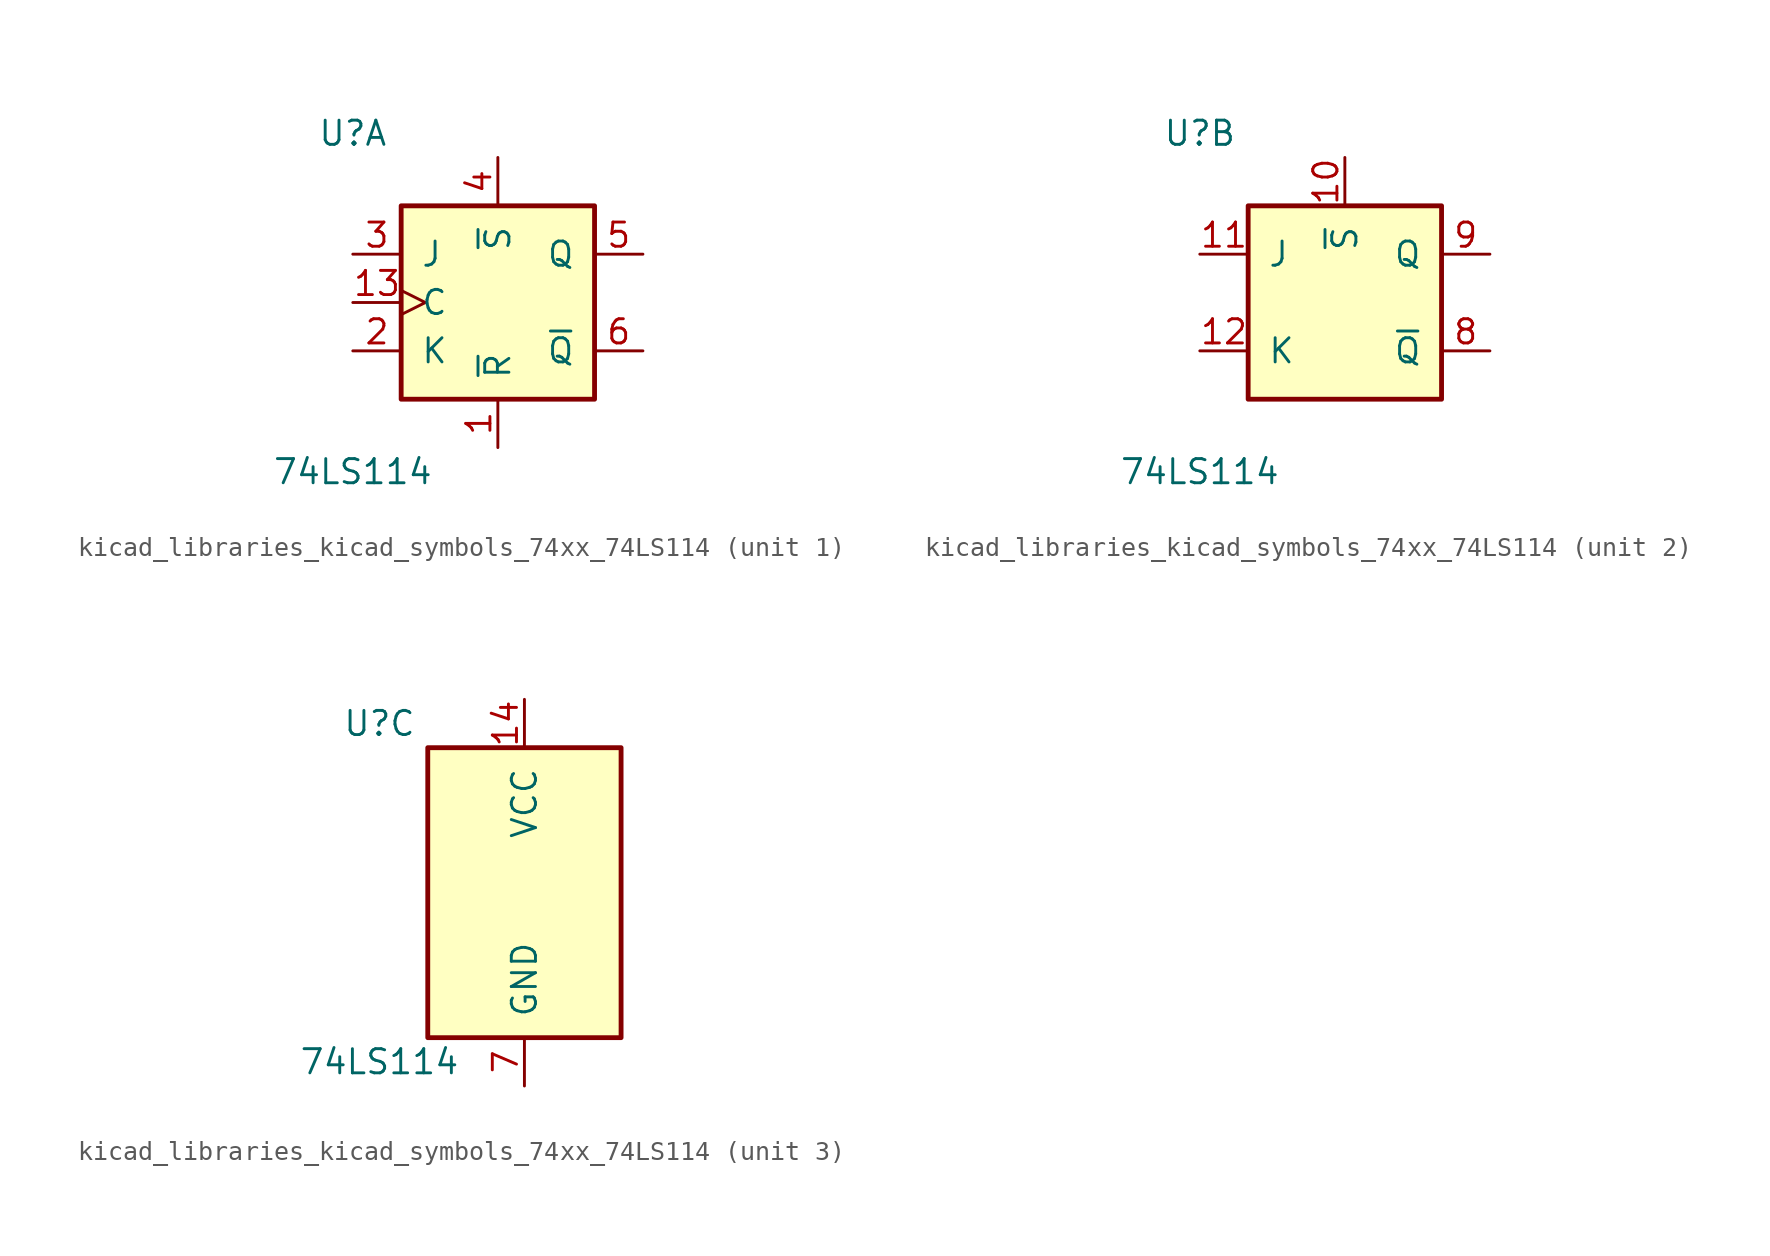
<source format=kicad_sym>
(kicad_symbol_lib
  (version 20220914)
  (generator kicad_symbol_editor)
  (symbol "kicad_libraries_kicad_symbols_74xx_74LS114"
    (pin_names
      (offset 1.016))
    (property "Reference" "U"
      (at -7.62 8.89 0)
      (effects (font (size 1.27 1.27))))
    (property "Value" "74LS114"
      (at -7.62 -8.89 0)
      (effects (font (size 1.27 1.27))))
    (property "ki_locked" ""
      (at 0 0 0)
      (effects (font (size 1.27 1.27))))
    (symbol "kicad_libraries_kicad_symbols_74xx_74LS114_1_0"
      (pin input line (at 0 -7.62 90) (length 2.54) (name "~{R}" (effects (font (size 1.27 1.27)))) (number "1" (effects (font (size 1.27 1.27)))))
      (pin input clock (at -7.62 0 0) (length 2.54) (name "C" (effects (font (size 1.27 1.27)))) (number "13" (effects (font (size 1.27 1.27)))))
      (pin input line (at -7.62 -2.54 0) (length 2.54) (name "K" (effects (font (size 1.27 1.27)))) (number "2" (effects (font (size 1.27 1.27)))))
      (pin input line (at -7.62 2.54 0) (length 2.54) (name "J" (effects (font (size 1.27 1.27)))) (number "3" (effects (font (size 1.27 1.27)))))
      (pin input line (at 0 7.62 270) (length 2.54) (name "~{S}" (effects (font (size 1.27 1.27)))) (number "4" (effects (font (size 1.27 1.27)))))
      (pin output line (at 7.62 2.54 180) (length 2.54) (name "Q" (effects (font (size 1.27 1.27)))) (number "5" (effects (font (size 1.27 1.27)))))
      (pin output line (at 7.62 -2.54 180) (length 2.54) (name "~{Q}" (effects (font (size 1.27 1.27)))) (number "6" (effects (font (size 1.27 1.27))))))
    (symbol "kicad_libraries_kicad_symbols_74xx_74LS114_1_1"
      (rectangle (start -5.08 5.08) (end 5.08 -5.08) (stroke (width 0.254) (type default)) (fill (type background))))
    (symbol "kicad_libraries_kicad_symbols_74xx_74LS114_2_0"
      (pin input line (at 0 7.62 270) (length 2.54) (name "~{S}" (effects (font (size 1.27 1.27)))) (number "10" (effects (font (size 1.27 1.27)))))
      (pin input line (at -7.62 2.54 0) (length 2.54) (name "J" (effects (font (size 1.27 1.27)))) (number "11" (effects (font (size 1.27 1.27)))))
      (pin input line (at -7.62 -2.54 0) (length 2.54) (name "K" (effects (font (size 1.27 1.27)))) (number "12" (effects (font (size 1.27 1.27)))))
      (pin output line (at 7.62 -2.54 180) (length 2.54) (name "~{Q}" (effects (font (size 1.27 1.27)))) (number "8" (effects (font (size 1.27 1.27)))))
      (pin output line (at 7.62 2.54 180) (length 2.54) (name "Q" (effects (font (size 1.27 1.27)))) (number "9" (effects (font (size 1.27 1.27))))))
    (symbol "kicad_libraries_kicad_symbols_74xx_74LS114_2_1"
      (rectangle (start -5.08 5.08) (end 5.08 -5.08) (stroke (width 0.254) (type default)) (fill (type background))))
    (symbol "kicad_libraries_kicad_symbols_74xx_74LS114_3_0"
      (pin power_in line (at 0 10.16 270) (length 2.54) (name "VCC" (effects (font (size 1.27 1.27)))) (number "14" (effects (font (size 1.27 1.27)))))
      (pin power_in line (at 0 -10.16 90) (length 2.54) (name "GND" (effects (font (size 1.27 1.27)))) (number "7" (effects (font (size 1.27 1.27))))))
    (symbol "kicad_libraries_kicad_symbols_74xx_74LS114_3_1"
      (rectangle (start -5.08 7.62) (end 5.08 -7.62) (stroke (width 0.254) (type default)) (fill (type background))))))
</source>
